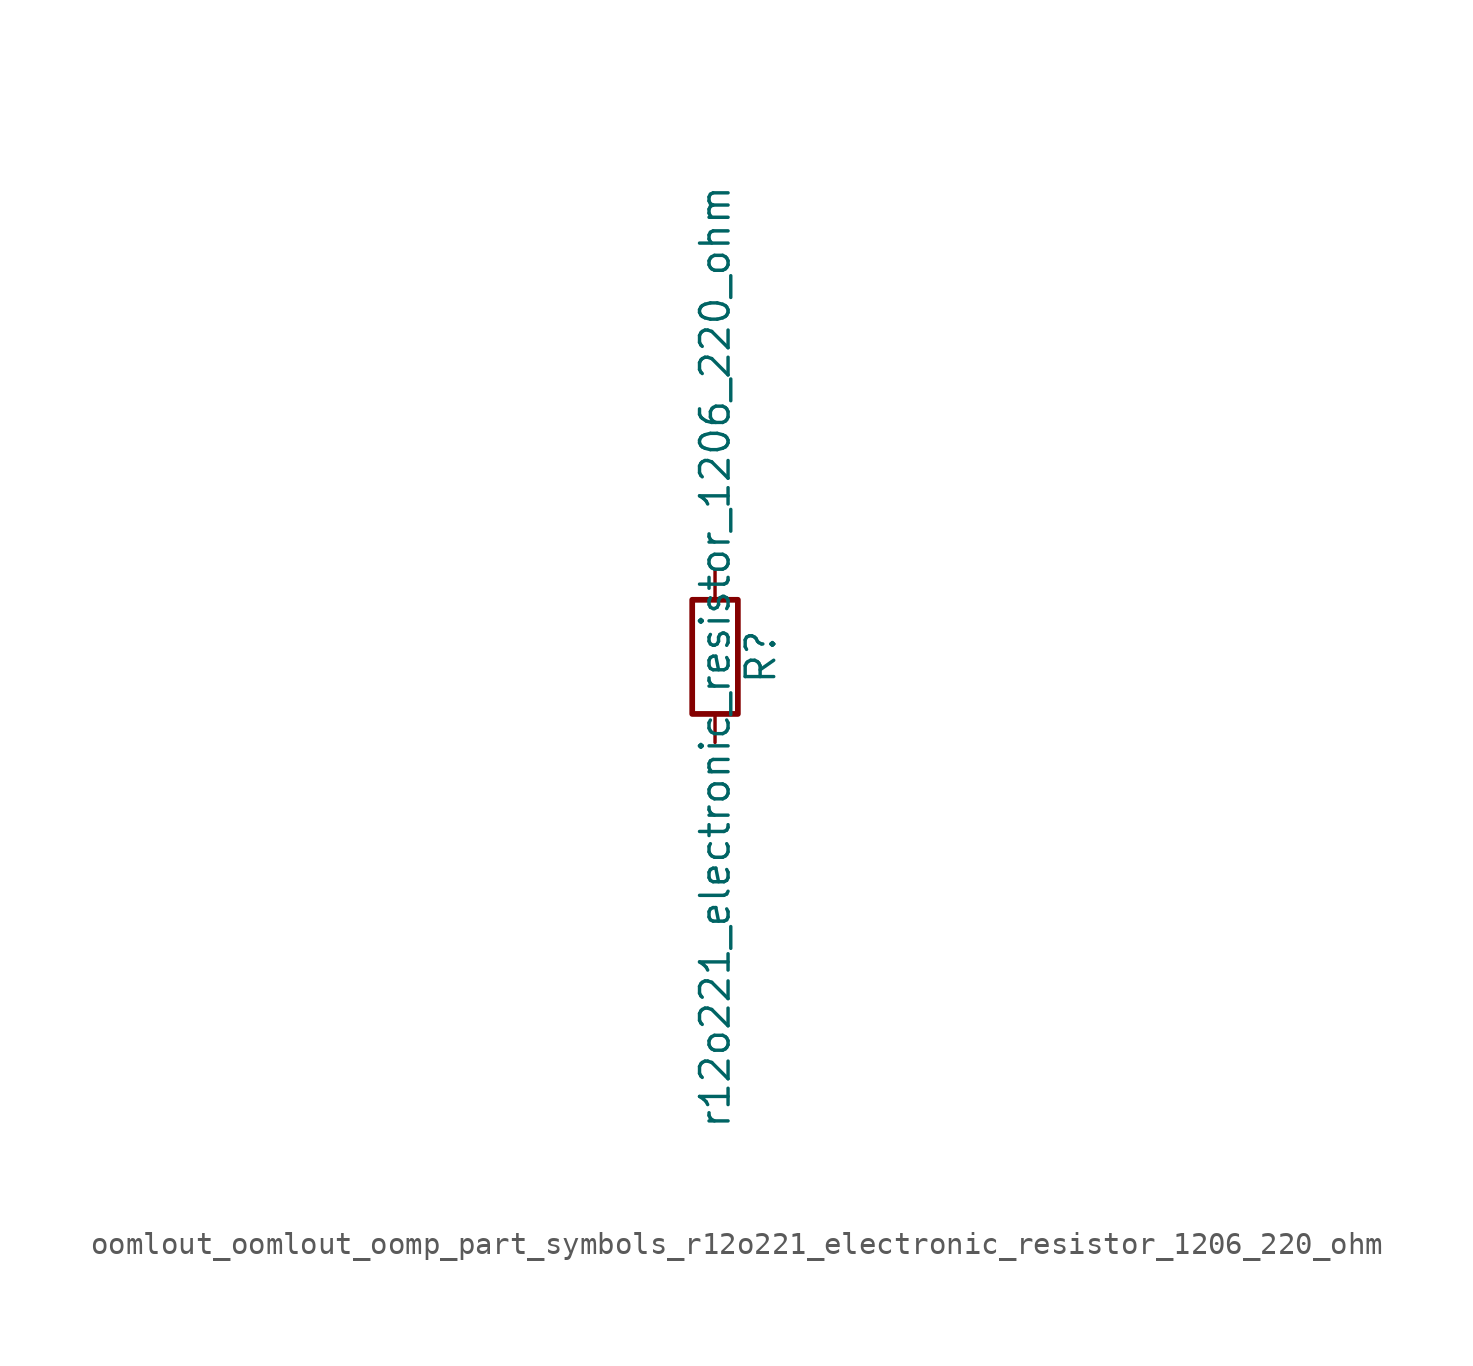
<source format=kicad_sym>
(kicad_symbol_lib
  (version 20220914)
  (generator kicad_symbol_editor)
  (symbol "oomlout_oomlout_oomp_part_symbols_r12o221_electronic_resistor_1206_220_ohm"
    (pin_numbers hide)
    (pin_names
      (offset 0))
    (property "Reference" "R"
      (at 2.032 0 90)
      (effects (font (size 1.27 1.27))))
    (property "Value" "r12o221_electronic_resistor_1206_220_ohm"
      (at 0 0 90)
      (effects (font (size 1.27 1.27))))
    (symbol "oomlout_oomlout_oomp_part_symbols_r12o221_electronic_resistor_1206_220_ohm_0_1"
      (rectangle (start -1.016 -2.54) (end 1.016 2.54) (stroke (width 0.254) (type default)) (fill (type none))))
    (symbol "oomlout_oomlout_oomp_part_symbols_r12o221_electronic_resistor_1206_220_ohm_1_1"
      (pin passive line (at 0 3.81 270) (length 1.27) (name "~" (effects (font (size 1.27 1.27)))) (number "1" (effects (font (size 1.27 1.27)))))
      (pin passive line (at 0 -3.81 90) (length 1.27) (name "~" (effects (font (size 1.27 1.27)))) (number "2" (effects (font (size 1.27 1.27))))))))
</source>
